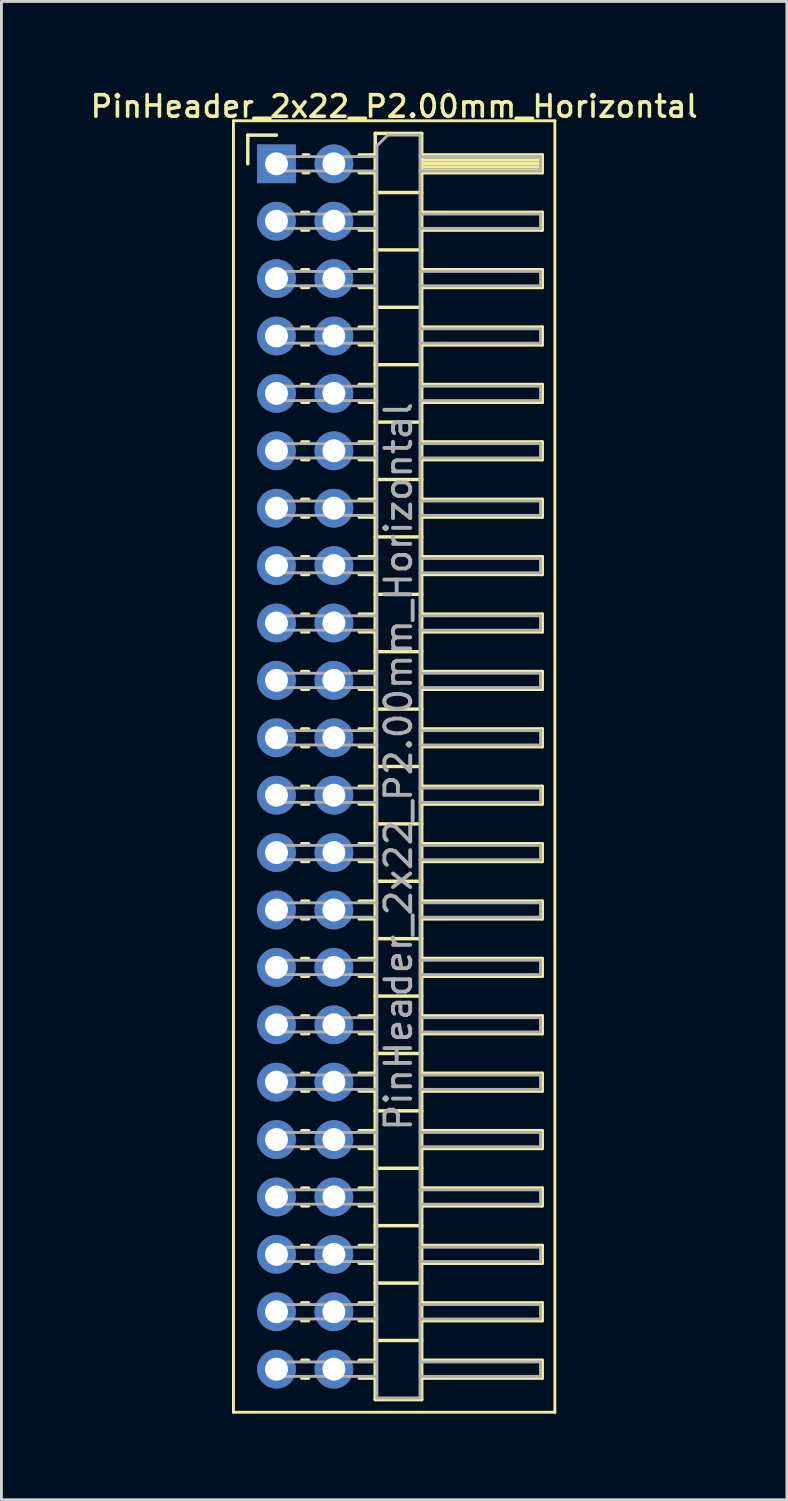
<source format=kicad_pcb>
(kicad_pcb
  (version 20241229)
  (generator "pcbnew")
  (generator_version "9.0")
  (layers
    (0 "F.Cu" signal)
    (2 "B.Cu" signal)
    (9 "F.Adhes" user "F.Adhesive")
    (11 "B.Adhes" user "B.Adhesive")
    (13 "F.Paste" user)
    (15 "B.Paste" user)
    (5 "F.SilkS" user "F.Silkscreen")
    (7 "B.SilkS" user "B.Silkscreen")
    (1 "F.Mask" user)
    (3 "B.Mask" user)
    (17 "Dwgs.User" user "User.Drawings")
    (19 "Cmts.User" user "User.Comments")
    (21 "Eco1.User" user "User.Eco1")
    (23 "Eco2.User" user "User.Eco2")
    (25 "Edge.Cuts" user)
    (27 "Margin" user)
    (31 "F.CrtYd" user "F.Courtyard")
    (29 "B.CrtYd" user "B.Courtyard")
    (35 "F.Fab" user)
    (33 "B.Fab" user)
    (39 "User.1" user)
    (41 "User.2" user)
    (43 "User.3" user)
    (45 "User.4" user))
  (footprint "PinHeader_2x22_P2.00mm_Horizontal"
    (layer "F.Cu")
    (at 6.584 2.658)
    (property "Reference" "PinHeader_2x22_P2.00mm_Horizontal" (at 4.1 -2 0) (layer "F.SilkS") (effects (font (size 0.75 0.75) (thickness 0.125))))
    (attr through_hole)
    (fp_line (start -1.5 -1.5) (end -1.5 43.5) (stroke (width 0.1) (type solid)) (layer "F.SilkS"))
    (fp_line (start -1.5 43.5) (end 9.7 43.5) (stroke (width 0.1) (type solid)) (layer "F.SilkS"))
    (fp_line (start -1 -1) (end 0 -1) (stroke (width 0.12) (type solid)) (layer "F.SilkS"))
    (fp_line (start -1 0) (end -1 -1) (stroke (width 0.12) (type solid)) (layer "F.SilkS"))
    (fp_line (start 0.882 1.69) (end 1.118 1.69) (stroke (width 0.12) (type solid)) (layer "F.SilkS"))
    (fp_line (start 0.882 2.31) (end 1.118 2.31) (stroke (width 0.12) (type solid)) (layer "F.SilkS"))
    (fp_line (start 0.882 3.69) (end 1.118 3.69) (stroke (width 0.12) (type solid)) (layer "F.SilkS"))
    (fp_line (start 0.882 4.31) (end 1.118 4.31) (stroke (width 0.12) (type solid)) (layer "F.SilkS"))
    (fp_line (start 0.882 5.69) (end 1.118 5.69) (stroke (width 0.12) (type solid)) (layer "F.SilkS"))
    (fp_line (start 0.882 6.31) (end 1.118 6.31) (stroke (width 0.12) (type solid)) (layer "F.SilkS"))
    (fp_line (start 0.882 7.69) (end 1.118 7.69) (stroke (width 0.12) (type solid)) (layer "F.SilkS"))
    (fp_line (start 0.882 8.31) (end 1.118 8.31) (stroke (width 0.12) (type solid)) (layer "F.SilkS"))
    (fp_line (start 0.882 9.69) (end 1.118 9.69) (stroke (width 0.12) (type solid)) (layer "F.SilkS"))
    (fp_line (start 0.882 10.31) (end 1.118 10.31) (stroke (width 0.12) (type solid)) (layer "F.SilkS"))
    (fp_line (start 0.882 11.69) (end 1.118 11.69) (stroke (width 0.12) (type solid)) (layer "F.SilkS"))
    (fp_line (start 0.882 12.31) (end 1.118 12.31) (stroke (width 0.12) (type solid)) (layer "F.SilkS"))
    (fp_line (start 0.882 13.69) (end 1.118 13.69) (stroke (width 0.12) (type solid)) (layer "F.SilkS"))
    (fp_line (start 0.882 14.31) (end 1.118 14.31) (stroke (width 0.12) (type solid)) (layer "F.SilkS"))
    (fp_line (start 0.882 15.69) (end 1.118 15.69) (stroke (width 0.12) (type solid)) (layer "F.SilkS"))
    (fp_line (start 0.882 16.31) (end 1.118 16.31) (stroke (width 0.12) (type solid)) (layer "F.SilkS"))
    (fp_line (start 0.882 17.69) (end 1.118 17.69) (stroke (width 0.12) (type solid)) (layer "F.SilkS"))
    (fp_line (start 0.882 18.31) (end 1.118 18.31) (stroke (width 0.12) (type solid)) (layer "F.SilkS"))
    (fp_line (start 0.882 19.69) (end 1.118 19.69) (stroke (width 0.12) (type solid)) (layer "F.SilkS"))
    (fp_line (start 0.882 20.31) (end 1.118 20.31) (stroke (width 0.12) (type solid)) (layer "F.SilkS"))
    (fp_line (start 0.882 21.69) (end 1.118 21.69) (stroke (width 0.12) (type solid)) (layer "F.SilkS"))
    (fp_line (start 0.882 22.31) (end 1.118 22.31) (stroke (width 0.12) (type solid)) (layer "F.SilkS"))
    (fp_line (start 0.882 23.69) (end 1.118 23.69) (stroke (width 0.12) (type solid)) (layer "F.SilkS"))
    (fp_line (start 0.882 24.31) (end 1.118 24.31) (stroke (width 0.12) (type solid)) (layer "F.SilkS"))
    (fp_line (start 0.882 25.69) (end 1.118 25.69) (stroke (width 0.12) (type solid)) (layer "F.SilkS"))
    (fp_line (start 0.882 26.31) (end 1.118 26.31) (stroke (width 0.12) (type solid)) (layer "F.SilkS"))
    (fp_line (start 0.882 27.69) (end 1.118 27.69) (stroke (width 0.12) (type solid)) (layer "F.SilkS"))
    (fp_line (start 0.882 28.31) (end 1.118 28.31) (stroke (width 0.12) (type solid)) (layer "F.SilkS"))
    (fp_line (start 0.882 29.69) (end 1.118 29.69) (stroke (width 0.12) (type solid)) (layer "F.SilkS"))
    (fp_line (start 0.882 30.31) (end 1.118 30.31) (stroke (width 0.12) (type solid)) (layer "F.SilkS"))
    (fp_line (start 0.882 31.69) (end 1.118 31.69) (stroke (width 0.12) (type solid)) (layer "F.SilkS"))
    (fp_line (start 0.882 32.31) (end 1.118 32.31) (stroke (width 0.12) (type solid)) (layer "F.SilkS"))
    (fp_line (start 0.882 33.69) (end 1.118 33.69) (stroke (width 0.12) (type solid)) (layer "F.SilkS"))
    (fp_line (start 0.882 34.31) (end 1.118 34.31) (stroke (width 0.12) (type solid)) (layer "F.SilkS"))
    (fp_line (start 0.882 35.69) (end 1.118 35.69) (stroke (width 0.12) (type solid)) (layer "F.SilkS"))
    (fp_line (start 0.882 36.31) (end 1.118 36.31) (stroke (width 0.12) (type solid)) (layer "F.SilkS"))
    (fp_line (start 0.882 37.69) (end 1.118 37.69) (stroke (width 0.12) (type solid)) (layer "F.SilkS"))
    (fp_line (start 0.882 38.31) (end 1.118 38.31) (stroke (width 0.12) (type solid)) (layer "F.SilkS"))
    (fp_line (start 0.882 39.69) (end 1.118 39.69) (stroke (width 0.12) (type solid)) (layer "F.SilkS"))
    (fp_line (start 0.882 40.31) (end 1.118 40.31) (stroke (width 0.12) (type solid)) (layer "F.SilkS"))
    (fp_line (start 0.882 41.69) (end 1.118 41.69) (stroke (width 0.12) (type solid)) (layer "F.SilkS"))
    (fp_line (start 0.882 42.31) (end 1.118 42.31) (stroke (width 0.12) (type solid)) (layer "F.SilkS"))
    (fp_line (start 0.935 -0.31) (end 1.118 -0.31) (stroke (width 0.12) (type solid)) (layer "F.SilkS"))
    (fp_line (start 0.935 0.31) (end 1.118 0.31) (stroke (width 0.12) (type solid)) (layer "F.SilkS"))
    (fp_line (start 2.882 -0.31) (end 3.44 -0.31) (stroke (width 0.12) (type solid)) (layer "F.SilkS"))
    (fp_line (start 2.882 0.31) (end 3.44 0.31) (stroke (width 0.12) (type solid)) (layer "F.SilkS"))
    (fp_line (start 2.882 1.69) (end 3.44 1.69) (stroke (width 0.12) (type solid)) (layer "F.SilkS"))
    (fp_line (start 2.882 2.31) (end 3.44 2.31) (stroke (width 0.12) (type solid)) (layer "F.SilkS"))
    (fp_line (start 2.882 3.69) (end 3.44 3.69) (stroke (width 0.12) (type solid)) (layer "F.SilkS"))
    (fp_line (start 2.882 4.31) (end 3.44 4.31) (stroke (width 0.12) (type solid)) (layer "F.SilkS"))
    (fp_line (start 2.882 5.69) (end 3.44 5.69) (stroke (width 0.12) (type solid)) (layer "F.SilkS"))
    (fp_line (start 2.882 6.31) (end 3.44 6.31) (stroke (width 0.12) (type solid)) (layer "F.SilkS"))
    (fp_line (start 2.882 7.69) (end 3.44 7.69) (stroke (width 0.12) (type solid)) (layer "F.SilkS"))
    (fp_line (start 2.882 8.31) (end 3.44 8.31) (stroke (width 0.12) (type solid)) (layer "F.SilkS"))
    (fp_line (start 2.882 9.69) (end 3.44 9.69) (stroke (width 0.12) (type solid)) (layer "F.SilkS"))
    (fp_line (start 2.882 10.31) (end 3.44 10.31) (stroke (width 0.12) (type solid)) (layer "F.SilkS"))
    (fp_line (start 2.882 11.69) (end 3.44 11.69) (stroke (width 0.12) (type solid)) (layer "F.SilkS"))
    (fp_line (start 2.882 12.31) (end 3.44 12.31) (stroke (width 0.12) (type solid)) (layer "F.SilkS"))
    (fp_line (start 2.882 13.69) (end 3.44 13.69) (stroke (width 0.12) (type solid)) (layer "F.SilkS"))
    (fp_line (start 2.882 14.31) (end 3.44 14.31) (stroke (width 0.12) (type solid)) (layer "F.SilkS"))
    (fp_line (start 2.882 15.69) (end 3.44 15.69) (stroke (width 0.12) (type solid)) (layer "F.SilkS"))
    (fp_line (start 2.882 16.31) (end 3.44 16.31) (stroke (width 0.12) (type solid)) (layer "F.SilkS"))
    (fp_line (start 2.882 17.69) (end 3.44 17.69) (stroke (width 0.12) (type solid)) (layer "F.SilkS"))
    (fp_line (start 2.882 18.31) (end 3.44 18.31) (stroke (width 0.12) (type solid)) (layer "F.SilkS"))
    (fp_line (start 2.882 19.69) (end 3.44 19.69) (stroke (width 0.12) (type solid)) (layer "F.SilkS"))
    (fp_line (start 2.882 20.31) (end 3.44 20.31) (stroke (width 0.12) (type solid)) (layer "F.SilkS"))
    (fp_line (start 2.882 21.69) (end 3.44 21.69) (stroke (width 0.12) (type solid)) (layer "F.SilkS"))
    (fp_line (start 2.882 22.31) (end 3.44 22.31) (stroke (width 0.12) (type solid)) (layer "F.SilkS"))
    (fp_line (start 2.882 23.69) (end 3.44 23.69) (stroke (width 0.12) (type solid)) (layer "F.SilkS"))
    (fp_line (start 2.882 24.31) (end 3.44 24.31) (stroke (width 0.12) (type solid)) (layer "F.SilkS"))
    (fp_line (start 2.882 25.69) (end 3.44 25.69) (stroke (width 0.12) (type solid)) (layer "F.SilkS"))
    (fp_line (start 2.882 26.31) (end 3.44 26.31) (stroke (width 0.12) (type solid)) (layer "F.SilkS"))
    (fp_line (start 2.882 27.69) (end 3.44 27.69) (stroke (width 0.12) (type solid)) (layer "F.SilkS"))
    (fp_line (start 2.882 28.31) (end 3.44 28.31) (stroke (width 0.12) (type solid)) (layer "F.SilkS"))
    (fp_line (start 2.882 29.69) (end 3.44 29.69) (stroke (width 0.12) (type solid)) (layer "F.SilkS"))
    (fp_line (start 2.882 30.31) (end 3.44 30.31) (stroke (width 0.12) (type solid)) (layer "F.SilkS"))
    (fp_line (start 2.882 31.69) (end 3.44 31.69) (stroke (width 0.12) (type solid)) (layer "F.SilkS"))
    (fp_line (start 2.882 32.31) (end 3.44 32.31) (stroke (width 0.12) (type solid)) (layer "F.SilkS"))
    (fp_line (start 2.882 33.69) (end 3.44 33.69) (stroke (width 0.12) (type solid)) (layer "F.SilkS"))
    (fp_line (start 2.882 34.31) (end 3.44 34.31) (stroke (width 0.12) (type solid)) (layer "F.SilkS"))
    (fp_line (start 2.882 35.69) (end 3.44 35.69) (stroke (width 0.12) (type solid)) (layer "F.SilkS"))
    (fp_line (start 2.882 36.31) (end 3.44 36.31) (stroke (width 0.12) (type solid)) (layer "F.SilkS"))
    (fp_line (start 2.882 37.69) (end 3.44 37.69) (stroke (width 0.12) (type solid)) (layer "F.SilkS"))
    (fp_line (start 2.882 38.31) (end 3.44 38.31) (stroke (width 0.12) (type solid)) (layer "F.SilkS"))
    (fp_line (start 2.882 39.69) (end 3.44 39.69) (stroke (width 0.12) (type solid)) (layer "F.SilkS"))
    (fp_line (start 2.882 40.31) (end 3.44 40.31) (stroke (width 0.12) (type solid)) (layer "F.SilkS"))
    (fp_line (start 2.882 41.69) (end 3.44 41.69) (stroke (width 0.12) (type solid)) (layer "F.SilkS"))
    (fp_line (start 2.882 42.31) (end 3.44 42.31) (stroke (width 0.12) (type solid)) (layer "F.SilkS"))
    (fp_line (start 3.44 -1.06) (end 3.44 43.06) (stroke (width 0.12) (type solid)) (layer "F.SilkS"))
    (fp_line (start 3.44 1) (end 5.06 1) (stroke (width 0.12) (type solid)) (layer "F.SilkS"))
    (fp_line (start 3.44 3) (end 5.06 3) (stroke (width 0.12) (type solid)) (layer "F.SilkS"))
    (fp_line (start 3.44 5) (end 5.06 5) (stroke (width 0.12) (type solid)) (layer "F.SilkS"))
    (fp_line (start 3.44 7) (end 5.06 7) (stroke (width 0.12) (type solid)) (layer "F.SilkS"))
    (fp_line (start 3.44 9) (end 5.06 9) (stroke (width 0.12) (type solid)) (layer "F.SilkS"))
    (fp_line (start 3.44 11) (end 5.06 11) (stroke (width 0.12) (type solid)) (layer "F.SilkS"))
    (fp_line (start 3.44 13) (end 5.06 13) (stroke (width 0.12) (type solid)) (layer "F.SilkS"))
    (fp_line (start 3.44 15) (end 5.06 15) (stroke (width 0.12) (type solid)) (layer "F.SilkS"))
    (fp_line (start 3.44 17) (end 5.06 17) (stroke (width 0.12) (type solid)) (layer "F.SilkS"))
    (fp_line (start 3.44 19) (end 5.06 19) (stroke (width 0.12) (type solid)) (layer "F.SilkS"))
    (fp_line (start 3.44 21) (end 5.06 21) (stroke (width 0.12) (type solid)) (layer "F.SilkS"))
    (fp_line (start 3.44 23) (end 5.06 23) (stroke (width 0.12) (type solid)) (layer "F.SilkS"))
    (fp_line (start 3.44 25) (end 5.06 25) (stroke (width 0.12) (type solid)) (layer "F.SilkS"))
    (fp_line (start 3.44 27) (end 5.06 27) (stroke (width 0.12) (type solid)) (layer "F.SilkS"))
    (fp_line (start 3.44 29) (end 5.06 29) (stroke (width 0.12) (type solid)) (layer "F.SilkS"))
    (fp_line (start 3.44 31) (end 5.06 31) (stroke (width 0.12) (type solid)) (layer "F.SilkS"))
    (fp_line (start 3.44 33) (end 5.06 33) (stroke (width 0.12) (type solid)) (layer "F.SilkS"))
    (fp_line (start 3.44 35) (end 5.06 35) (stroke (width 0.12) (type solid)) (layer "F.SilkS"))
    (fp_line (start 3.44 37) (end 5.06 37) (stroke (width 0.12) (type solid)) (layer "F.SilkS"))
    (fp_line (start 3.44 39) (end 5.06 39) (stroke (width 0.12) (type solid)) (layer "F.SilkS"))
    (fp_line (start 3.44 41) (end 5.06 41) (stroke (width 0.12) (type solid)) (layer "F.SilkS"))
    (fp_line (start 3.44 43.06) (end 5.06 43.06) (stroke (width 0.12) (type solid)) (layer "F.SilkS"))
    (fp_line (start 5.06 -1.06) (end 3.44 -1.06) (stroke (width 0.12) (type solid)) (layer "F.SilkS"))
    (fp_line (start 5.06 -0.31) (end 9.26 -0.31) (stroke (width 0.12) (type solid)) (layer "F.SilkS"))
    (fp_line (start 5.06 -0.25) (end 9.26 -0.25) (stroke (width 0.12) (type solid)) (layer "F.SilkS"))
    (fp_line (start 5.06 -0.13) (end 9.26 -0.13) (stroke (width 0.12) (type solid)) (layer "F.SilkS"))
    (fp_line (start 5.06 -0.01) (end 9.26 -0.01) (stroke (width 0.12) (type solid)) (layer "F.SilkS"))
    (fp_line (start 5.06 0.11) (end 9.26 0.11) (stroke (width 0.12) (type solid)) (layer "F.SilkS"))
    (fp_line (start 5.06 0.23) (end 9.26 0.23) (stroke (width 0.12) (type solid)) (layer "F.SilkS"))
    (fp_line (start 5.06 1.69) (end 9.26 1.69) (stroke (width 0.12) (type solid)) (layer "F.SilkS"))
    (fp_line (start 5.06 3.69) (end 9.26 3.69) (stroke (width 0.12) (type solid)) (layer "F.SilkS"))
    (fp_line (start 5.06 5.69) (end 9.26 5.69) (stroke (width 0.12) (type solid)) (layer "F.SilkS"))
    (fp_line (start 5.06 7.69) (end 9.26 7.69) (stroke (width 0.12) (type solid)) (layer "F.SilkS"))
    (fp_line (start 5.06 9.69) (end 9.26 9.69) (stroke (width 0.12) (type solid)) (layer "F.SilkS"))
    (fp_line (start 5.06 11.69) (end 9.26 11.69) (stroke (width 0.12) (type solid)) (layer "F.SilkS"))
    (fp_line (start 5.06 13.69) (end 9.26 13.69) (stroke (width 0.12) (type solid)) (layer "F.SilkS"))
    (fp_line (start 5.06 15.69) (end 9.26 15.69) (stroke (width 0.12) (type solid)) (layer "F.SilkS"))
    (fp_line (start 5.06 17.69) (end 9.26 17.69) (stroke (width 0.12) (type solid)) (layer "F.SilkS"))
    (fp_line (start 5.06 19.69) (end 9.26 19.69) (stroke (width 0.12) (type solid)) (layer "F.SilkS"))
    (fp_line (start 5.06 21.69) (end 9.26 21.69) (stroke (width 0.12) (type solid)) (layer "F.SilkS"))
    (fp_line (start 5.06 23.69) (end 9.26 23.69) (stroke (width 0.12) (type solid)) (layer "F.SilkS"))
    (fp_line (start 5.06 25.69) (end 9.26 25.69) (stroke (width 0.12) (type solid)) (layer "F.SilkS"))
    (fp_line (start 5.06 27.69) (end 9.26 27.69) (stroke (width 0.12) (type solid)) (layer "F.SilkS"))
    (fp_line (start 5.06 29.69) (end 9.26 29.69) (stroke (width 0.12) (type solid)) (layer "F.SilkS"))
    (fp_line (start 5.06 31.69) (end 9.26 31.69) (stroke (width 0.12) (type solid)) (layer "F.SilkS"))
    (fp_line (start 5.06 33.69) (end 9.26 33.69) (stroke (width 0.12) (type solid)) (layer "F.SilkS"))
    (fp_line (start 5.06 35.69) (end 9.26 35.69) (stroke (width 0.12) (type solid)) (layer "F.SilkS"))
    (fp_line (start 5.06 37.69) (end 9.26 37.69) (stroke (width 0.12) (type solid)) (layer "F.SilkS"))
    (fp_line (start 5.06 39.69) (end 9.26 39.69) (stroke (width 0.12) (type solid)) (layer "F.SilkS"))
    (fp_line (start 5.06 41.69) (end 9.26 41.69) (stroke (width 0.12) (type solid)) (layer "F.SilkS"))
    (fp_line (start 5.06 43.06) (end 5.06 -1.06) (stroke (width 0.12) (type solid)) (layer "F.SilkS"))
    (fp_line (start 9.26 -0.31) (end 9.26 0.31) (stroke (width 0.12) (type solid)) (layer "F.SilkS"))
    (fp_line (start 9.26 0.31) (end 5.06 0.31) (stroke (width 0.12) (type solid)) (layer "F.SilkS"))
    (fp_line (start 9.26 1.69) (end 9.26 2.31) (stroke (width 0.12) (type solid)) (layer "F.SilkS"))
    (fp_line (start 9.26 2.31) (end 5.06 2.31) (stroke (width 0.12) (type solid)) (layer "F.SilkS"))
    (fp_line (start 9.26 3.69) (end 9.26 4.31) (stroke (width 0.12) (type solid)) (layer "F.SilkS"))
    (fp_line (start 9.26 4.31) (end 5.06 4.31) (stroke (width 0.12) (type solid)) (layer "F.SilkS"))
    (fp_line (start 9.26 5.69) (end 9.26 6.31) (stroke (width 0.12) (type solid)) (layer "F.SilkS"))
    (fp_line (start 9.26 6.31) (end 5.06 6.31) (stroke (width 0.12) (type solid)) (layer "F.SilkS"))
    (fp_line (start 9.26 7.69) (end 9.26 8.31) (stroke (width 0.12) (type solid)) (layer "F.SilkS"))
    (fp_line (start 9.26 8.31) (end 5.06 8.31) (stroke (width 0.12) (type solid)) (layer "F.SilkS"))
    (fp_line (start 9.26 9.69) (end 9.26 10.31) (stroke (width 0.12) (type solid)) (layer "F.SilkS"))
    (fp_line (start 9.26 10.31) (end 5.06 10.31) (stroke (width 0.12) (type solid)) (layer "F.SilkS"))
    (fp_line (start 9.26 11.69) (end 9.26 12.31) (stroke (width 0.12) (type solid)) (layer "F.SilkS"))
    (fp_line (start 9.26 12.31) (end 5.06 12.31) (stroke (width 0.12) (type solid)) (layer "F.SilkS"))
    (fp_line (start 9.26 13.69) (end 9.26 14.31) (stroke (width 0.12) (type solid)) (layer "F.SilkS"))
    (fp_line (start 9.26 14.31) (end 5.06 14.31) (stroke (width 0.12) (type solid)) (layer "F.SilkS"))
    (fp_line (start 9.26 15.69) (end 9.26 16.31) (stroke (width 0.12) (type solid)) (layer "F.SilkS"))
    (fp_line (start 9.26 16.31) (end 5.06 16.31) (stroke (width 0.12) (type solid)) (layer "F.SilkS"))
    (fp_line (start 9.26 17.69) (end 9.26 18.31) (stroke (width 0.12) (type solid)) (layer "F.SilkS"))
    (fp_line (start 9.26 18.31) (end 5.06 18.31) (stroke (width 0.12) (type solid)) (layer "F.SilkS"))
    (fp_line (start 9.26 19.69) (end 9.26 20.31) (stroke (width 0.12) (type solid)) (layer "F.SilkS"))
    (fp_line (start 9.26 20.31) (end 5.06 20.31) (stroke (width 0.12) (type solid)) (layer "F.SilkS"))
    (fp_line (start 9.26 21.69) (end 9.26 22.31) (stroke (width 0.12) (type solid)) (layer "F.SilkS"))
    (fp_line (start 9.26 22.31) (end 5.06 22.31) (stroke (width 0.12) (type solid)) (layer "F.SilkS"))
    (fp_line (start 9.26 23.69) (end 9.26 24.31) (stroke (width 0.12) (type solid)) (layer "F.SilkS"))
    (fp_line (start 9.26 24.31) (end 5.06 24.31) (stroke (width 0.12) (type solid)) (layer "F.SilkS"))
    (fp_line (start 9.26 25.69) (end 9.26 26.31) (stroke (width 0.12) (type solid)) (layer "F.SilkS"))
    (fp_line (start 9.26 26.31) (end 5.06 26.31) (stroke (width 0.12) (type solid)) (layer "F.SilkS"))
    (fp_line (start 9.26 27.69) (end 9.26 28.31) (stroke (width 0.12) (type solid)) (layer "F.SilkS"))
    (fp_line (start 9.26 28.31) (end 5.06 28.31) (stroke (width 0.12) (type solid)) (layer "F.SilkS"))
    (fp_line (start 9.26 29.69) (end 9.26 30.31) (stroke (width 0.12) (type solid)) (layer "F.SilkS"))
    (fp_line (start 9.26 30.31) (end 5.06 30.31) (stroke (width 0.12) (type solid)) (layer "F.SilkS"))
    (fp_line (start 9.26 31.69) (end 9.26 32.31) (stroke (width 0.12) (type solid)) (layer "F.SilkS"))
    (fp_line (start 9.26 32.31) (end 5.06 32.31) (stroke (width 0.12) (type solid)) (layer "F.SilkS"))
    (fp_line (start 9.26 33.69) (end 9.26 34.31) (stroke (width 0.12) (type solid)) (layer "F.SilkS"))
    (fp_line (start 9.26 34.31) (end 5.06 34.31) (stroke (width 0.12) (type solid)) (layer "F.SilkS"))
    (fp_line (start 9.26 35.69) (end 9.26 36.31) (stroke (width 0.12) (type solid)) (layer "F.SilkS"))
    (fp_line (start 9.26 36.31) (end 5.06 36.31) (stroke (width 0.12) (type solid)) (layer "F.SilkS"))
    (fp_line (start 9.26 37.69) (end 9.26 38.31) (stroke (width 0.12) (type solid)) (layer "F.SilkS"))
    (fp_line (start 9.26 38.31) (end 5.06 38.31) (stroke (width 0.12) (type solid)) (layer "F.SilkS"))
    (fp_line (start 9.26 39.69) (end 9.26 40.31) (stroke (width 0.12) (type solid)) (layer "F.SilkS"))
    (fp_line (start 9.26 40.31) (end 5.06 40.31) (stroke (width 0.12) (type solid)) (layer "F.SilkS"))
    (fp_line (start 9.26 41.69) (end 9.26 42.31) (stroke (width 0.12) (type solid)) (layer "F.SilkS"))
    (fp_line (start 9.26 42.31) (end 5.06 42.31) (stroke (width 0.12) (type solid)) (layer "F.SilkS"))
    (fp_line (start 9.7 -1.5) (end -1.5 -1.5) (stroke (width 0.1) (type solid)) (layer "F.SilkS"))
    (fp_line (start 9.7 43.5) (end 9.7 -1.5) (stroke (width 0.1) (type solid)) (layer "F.SilkS"))
    (fp_line (start -0.25 -0.25) (end -0.25 0.25) (stroke (width 0.1) (type solid)) (layer "F.Fab"))
    (fp_line (start -0.25 -0.25) (end 3.5 -0.25) (stroke (width 0.1) (type solid)) (layer "F.Fab"))
    (fp_line (start -0.25 0.25) (end 3.5 0.25) (stroke (width 0.1) (type solid)) (layer "F.Fab"))
    (fp_line (start -0.25 1.75) (end -0.25 2.25) (stroke (width 0.1) (type solid)) (layer "F.Fab"))
    (fp_line (start -0.25 1.75) (end 3.5 1.75) (stroke (width 0.1) (type solid)) (layer "F.Fab"))
    (fp_line (start -0.25 2.25) (end 3.5 2.25) (stroke (width 0.1) (type solid)) (layer "F.Fab"))
    (fp_line (start -0.25 3.75) (end -0.25 4.25) (stroke (width 0.1) (type solid)) (layer "F.Fab"))
    (fp_line (start -0.25 3.75) (end 3.5 3.75) (stroke (width 0.1) (type solid)) (layer "F.Fab"))
    (fp_line (start -0.25 4.25) (end 3.5 4.25) (stroke (width 0.1) (type solid)) (layer "F.Fab"))
    (fp_line (start -0.25 5.75) (end -0.25 6.25) (stroke (width 0.1) (type solid)) (layer "F.Fab"))
    (fp_line (start -0.25 5.75) (end 3.5 5.75) (stroke (width 0.1) (type solid)) (layer "F.Fab"))
    (fp_line (start -0.25 6.25) (end 3.5 6.25) (stroke (width 0.1) (type solid)) (layer "F.Fab"))
    (fp_line (start -0.25 7.75) (end -0.25 8.25) (stroke (width 0.1) (type solid)) (layer "F.Fab"))
    (fp_line (start -0.25 7.75) (end 3.5 7.75) (stroke (width 0.1) (type solid)) (layer "F.Fab"))
    (fp_line (start -0.25 8.25) (end 3.5 8.25) (stroke (width 0.1) (type solid)) (layer "F.Fab"))
    (fp_line (start -0.25 9.75) (end -0.25 10.25) (stroke (width 0.1) (type solid)) (layer "F.Fab"))
    (fp_line (start -0.25 9.75) (end 3.5 9.75) (stroke (width 0.1) (type solid)) (layer "F.Fab"))
    (fp_line (start -0.25 10.25) (end 3.5 10.25) (stroke (width 0.1) (type solid)) (layer "F.Fab"))
    (fp_line (start -0.25 11.75) (end -0.25 12.25) (stroke (width 0.1) (type solid)) (layer "F.Fab"))
    (fp_line (start -0.25 11.75) (end 3.5 11.75) (stroke (width 0.1) (type solid)) (layer "F.Fab"))
    (fp_line (start -0.25 12.25) (end 3.5 12.25) (stroke (width 0.1) (type solid)) (layer "F.Fab"))
    (fp_line (start -0.25 13.75) (end -0.25 14.25) (stroke (width 0.1) (type solid)) (layer "F.Fab"))
    (fp_line (start -0.25 13.75) (end 3.5 13.75) (stroke (width 0.1) (type solid)) (layer "F.Fab"))
    (fp_line (start -0.25 14.25) (end 3.5 14.25) (stroke (width 0.1) (type solid)) (layer "F.Fab"))
    (fp_line (start -0.25 15.75) (end -0.25 16.25) (stroke (width 0.1) (type solid)) (layer "F.Fab"))
    (fp_line (start -0.25 15.75) (end 3.5 15.75) (stroke (width 0.1) (type solid)) (layer "F.Fab"))
    (fp_line (start -0.25 16.25) (end 3.5 16.25) (stroke (width 0.1) (type solid)) (layer "F.Fab"))
    (fp_line (start -0.25 17.75) (end -0.25 18.25) (stroke (width 0.1) (type solid)) (layer "F.Fab"))
    (fp_line (start -0.25 17.75) (end 3.5 17.75) (stroke (width 0.1) (type solid)) (layer "F.Fab"))
    (fp_line (start -0.25 18.25) (end 3.5 18.25) (stroke (width 0.1) (type solid)) (layer "F.Fab"))
    (fp_line (start -0.25 19.75) (end -0.25 20.25) (stroke (width 0.1) (type solid)) (layer "F.Fab"))
    (fp_line (start -0.25 19.75) (end 3.5 19.75) (stroke (width 0.1) (type solid)) (layer "F.Fab"))
    (fp_line (start -0.25 20.25) (end 3.5 20.25) (stroke (width 0.1) (type solid)) (layer "F.Fab"))
    (fp_line (start -0.25 21.75) (end -0.25 22.25) (stroke (width 0.1) (type solid)) (layer "F.Fab"))
    (fp_line (start -0.25 21.75) (end 3.5 21.75) (stroke (width 0.1) (type solid)) (layer "F.Fab"))
    (fp_line (start -0.25 22.25) (end 3.5 22.25) (stroke (width 0.1) (type solid)) (layer "F.Fab"))
    (fp_line (start -0.25 23.75) (end -0.25 24.25) (stroke (width 0.1) (type solid)) (layer "F.Fab"))
    (fp_line (start -0.25 23.75) (end 3.5 23.75) (stroke (width 0.1) (type solid)) (layer "F.Fab"))
    (fp_line (start -0.25 24.25) (end 3.5 24.25) (stroke (width 0.1) (type solid)) (layer "F.Fab"))
    (fp_line (start -0.25 25.75) (end -0.25 26.25) (stroke (width 0.1) (type solid)) (layer "F.Fab"))
    (fp_line (start -0.25 25.75) (end 3.5 25.75) (stroke (width 0.1) (type solid)) (layer "F.Fab"))
    (fp_line (start -0.25 26.25) (end 3.5 26.25) (stroke (width 0.1) (type solid)) (layer "F.Fab"))
    (fp_line (start -0.25 27.75) (end -0.25 28.25) (stroke (width 0.1) (type solid)) (layer "F.Fab"))
    (fp_line (start -0.25 27.75) (end 3.5 27.75) (stroke (width 0.1) (type solid)) (layer "F.Fab"))
    (fp_line (start -0.25 28.25) (end 3.5 28.25) (stroke (width 0.1) (type solid)) (layer "F.Fab"))
    (fp_line (start -0.25 29.75) (end -0.25 30.25) (stroke (width 0.1) (type solid)) (layer "F.Fab"))
    (fp_line (start -0.25 29.75) (end 3.5 29.75) (stroke (width 0.1) (type solid)) (layer "F.Fab"))
    (fp_line (start -0.25 30.25) (end 3.5 30.25) (stroke (width 0.1) (type solid)) (layer "F.Fab"))
    (fp_line (start -0.25 31.75) (end -0.25 32.25) (stroke (width 0.1) (type solid)) (layer "F.Fab"))
    (fp_line (start -0.25 31.75) (end 3.5 31.75) (stroke (width 0.1) (type solid)) (layer "F.Fab"))
    (fp_line (start -0.25 32.25) (end 3.5 32.25) (stroke (width 0.1) (type solid)) (layer "F.Fab"))
    (fp_line (start -0.25 33.75) (end -0.25 34.25) (stroke (width 0.1) (type solid)) (layer "F.Fab"))
    (fp_line (start -0.25 33.75) (end 3.5 33.75) (stroke (width 0.1) (type solid)) (layer "F.Fab"))
    (fp_line (start -0.25 34.25) (end 3.5 34.25) (stroke (width 0.1) (type solid)) (layer "F.Fab"))
    (fp_line (start -0.25 35.75) (end -0.25 36.25) (stroke (width 0.1) (type solid)) (layer "F.Fab"))
    (fp_line (start -0.25 35.75) (end 3.5 35.75) (stroke (width 0.1) (type solid)) (layer "F.Fab"))
    (fp_line (start -0.25 36.25) (end 3.5 36.25) (stroke (width 0.1) (type solid)) (layer "F.Fab"))
    (fp_line (start -0.25 37.75) (end -0.25 38.25) (stroke (width 0.1) (type solid)) (layer "F.Fab"))
    (fp_line (start -0.25 37.75) (end 3.5 37.75) (stroke (width 0.1) (type solid)) (layer "F.Fab"))
    (fp_line (start -0.25 38.25) (end 3.5 38.25) (stroke (width 0.1) (type solid)) (layer "F.Fab"))
    (fp_line (start -0.25 39.75) (end -0.25 40.25) (stroke (width 0.1) (type solid)) (layer "F.Fab"))
    (fp_line (start -0.25 39.75) (end 3.5 39.75) (stroke (width 0.1) (type solid)) (layer "F.Fab"))
    (fp_line (start -0.25 40.25) (end 3.5 40.25) (stroke (width 0.1) (type solid)) (layer "F.Fab"))
    (fp_line (start -0.25 41.75) (end -0.25 42.25) (stroke (width 0.1) (type solid)) (layer "F.Fab"))
    (fp_line (start -0.25 41.75) (end 3.5 41.75) (stroke (width 0.1) (type solid)) (layer "F.Fab"))
    (fp_line (start -0.25 42.25) (end 3.5 42.25) (stroke (width 0.1) (type solid)) (layer "F.Fab"))
    (fp_line (start 3.5 -0.625) (end 3.875 -1) (stroke (width 0.1) (type solid)) (layer "F.Fab"))
    (fp_line (start 3.5 43) (end 3.5 -0.625) (stroke (width 0.1) (type solid)) (layer "F.Fab"))
    (fp_line (start 3.875 -1) (end 5 -1) (stroke (width 0.1) (type solid)) (layer "F.Fab"))
    (fp_line (start 5 -1) (end 5 43) (stroke (width 0.1) (type solid)) (layer "F.Fab"))
    (fp_line (start 5 -0.25) (end 9.2 -0.25) (stroke (width 0.1) (type solid)) (layer "F.Fab"))
    (fp_line (start 5 0.25) (end 9.2 0.25) (stroke (width 0.1) (type solid)) (layer "F.Fab"))
    (fp_line (start 5 1.75) (end 9.2 1.75) (stroke (width 0.1) (type solid)) (layer "F.Fab"))
    (fp_line (start 5 2.25) (end 9.2 2.25) (stroke (width 0.1) (type solid)) (layer "F.Fab"))
    (fp_line (start 5 3.75) (end 9.2 3.75) (stroke (width 0.1) (type solid)) (layer "F.Fab"))
    (fp_line (start 5 4.25) (end 9.2 4.25) (stroke (width 0.1) (type solid)) (layer "F.Fab"))
    (fp_line (start 5 5.75) (end 9.2 5.75) (stroke (width 0.1) (type solid)) (layer "F.Fab"))
    (fp_line (start 5 6.25) (end 9.2 6.25) (stroke (width 0.1) (type solid)) (layer "F.Fab"))
    (fp_line (start 5 7.75) (end 9.2 7.75) (stroke (width 0.1) (type solid)) (layer "F.Fab"))
    (fp_line (start 5 8.25) (end 9.2 8.25) (stroke (width 0.1) (type solid)) (layer "F.Fab"))
    (fp_line (start 5 9.75) (end 9.2 9.75) (stroke (width 0.1) (type solid)) (layer "F.Fab"))
    (fp_line (start 5 10.25) (end 9.2 10.25) (stroke (width 0.1) (type solid)) (layer "F.Fab"))
    (fp_line (start 5 11.75) (end 9.2 11.75) (stroke (width 0.1) (type solid)) (layer "F.Fab"))
    (fp_line (start 5 12.25) (end 9.2 12.25) (stroke (width 0.1) (type solid)) (layer "F.Fab"))
    (fp_line (start 5 13.75) (end 9.2 13.75) (stroke (width 0.1) (type solid)) (layer "F.Fab"))
    (fp_line (start 5 14.25) (end 9.2 14.25) (stroke (width 0.1) (type solid)) (layer "F.Fab"))
    (fp_line (start 5 15.75) (end 9.2 15.75) (stroke (width 0.1) (type solid)) (layer "F.Fab"))
    (fp_line (start 5 16.25) (end 9.2 16.25) (stroke (width 0.1) (type solid)) (layer "F.Fab"))
    (fp_line (start 5 17.75) (end 9.2 17.75) (stroke (width 0.1) (type solid)) (layer "F.Fab"))
    (fp_line (start 5 18.25) (end 9.2 18.25) (stroke (width 0.1) (type solid)) (layer "F.Fab"))
    (fp_line (start 5 19.75) (end 9.2 19.75) (stroke (width 0.1) (type solid)) (layer "F.Fab"))
    (fp_line (start 5 20.25) (end 9.2 20.25) (stroke (width 0.1) (type solid)) (layer "F.Fab"))
    (fp_line (start 5 21.75) (end 9.2 21.75) (stroke (width 0.1) (type solid)) (layer "F.Fab"))
    (fp_line (start 5 22.25) (end 9.2 22.25) (stroke (width 0.1) (type solid)) (layer "F.Fab"))
    (fp_line (start 5 23.75) (end 9.2 23.75) (stroke (width 0.1) (type solid)) (layer "F.Fab"))
    (fp_line (start 5 24.25) (end 9.2 24.25) (stroke (width 0.1) (type solid)) (layer "F.Fab"))
    (fp_line (start 5 25.75) (end 9.2 25.75) (stroke (width 0.1) (type solid)) (layer "F.Fab"))
    (fp_line (start 5 26.25) (end 9.2 26.25) (stroke (width 0.1) (type solid)) (layer "F.Fab"))
    (fp_line (start 5 27.75) (end 9.2 27.75) (stroke (width 0.1) (type solid)) (layer "F.Fab"))
    (fp_line (start 5 28.25) (end 9.2 28.25) (stroke (width 0.1) (type solid)) (layer "F.Fab"))
    (fp_line (start 5 29.75) (end 9.2 29.75) (stroke (width 0.1) (type solid)) (layer "F.Fab"))
    (fp_line (start 5 30.25) (end 9.2 30.25) (stroke (width 0.1) (type solid)) (layer "F.Fab"))
    (fp_line (start 5 31.75) (end 9.2 31.75) (stroke (width 0.1) (type solid)) (layer "F.Fab"))
    (fp_line (start 5 32.25) (end 9.2 32.25) (stroke (width 0.1) (type solid)) (layer "F.Fab"))
    (fp_line (start 5 33.75) (end 9.2 33.75) (stroke (width 0.1) (type solid)) (layer "F.Fab"))
    (fp_line (start 5 34.25) (end 9.2 34.25) (stroke (width 0.1) (type solid)) (layer "F.Fab"))
    (fp_line (start 5 35.75) (end 9.2 35.75) (stroke (width 0.1) (type solid)) (layer "F.Fab"))
    (fp_line (start 5 36.25) (end 9.2 36.25) (stroke (width 0.1) (type solid)) (layer "F.Fab"))
    (fp_line (start 5 37.75) (end 9.2 37.75) (stroke (width 0.1) (type solid)) (layer "F.Fab"))
    (fp_line (start 5 38.25) (end 9.2 38.25) (stroke (width 0.1) (type solid)) (layer "F.Fab"))
    (fp_line (start 5 39.75) (end 9.2 39.75) (stroke (width 0.1) (type solid)) (layer "F.Fab"))
    (fp_line (start 5 40.25) (end 9.2 40.25) (stroke (width 0.1) (type solid)) (layer "F.Fab"))
    (fp_line (start 5 41.75) (end 9.2 41.75) (stroke (width 0.1) (type solid)) (layer "F.Fab"))
    (fp_line (start 5 42.25) (end 9.2 42.25) (stroke (width 0.1) (type solid)) (layer "F.Fab"))
    (fp_line (start 5 43) (end 3.5 43) (stroke (width 0.1) (type solid)) (layer "F.Fab"))
    (fp_line (start 9.2 -0.25) (end 9.2 0.25) (stroke (width 0.1) (type solid)) (layer "F.Fab"))
    (fp_line (start 9.2 1.75) (end 9.2 2.25) (stroke (width 0.1) (type solid)) (layer "F.Fab"))
    (fp_line (start 9.2 3.75) (end 9.2 4.25) (stroke (width 0.1) (type solid)) (layer "F.Fab"))
    (fp_line (start 9.2 5.75) (end 9.2 6.25) (stroke (width 0.1) (type solid)) (layer "F.Fab"))
    (fp_line (start 9.2 7.75) (end 9.2 8.25) (stroke (width 0.1) (type solid)) (layer "F.Fab"))
    (fp_line (start 9.2 9.75) (end 9.2 10.25) (stroke (width 0.1) (type solid)) (layer "F.Fab"))
    (fp_line (start 9.2 11.75) (end 9.2 12.25) (stroke (width 0.1) (type solid)) (layer "F.Fab"))
    (fp_line (start 9.2 13.75) (end 9.2 14.25) (stroke (width 0.1) (type solid)) (layer "F.Fab"))
    (fp_line (start 9.2 15.75) (end 9.2 16.25) (stroke (width 0.1) (type solid)) (layer "F.Fab"))
    (fp_line (start 9.2 17.75) (end 9.2 18.25) (stroke (width 0.1) (type solid)) (layer "F.Fab"))
    (fp_line (start 9.2 19.75) (end 9.2 20.25) (stroke (width 0.1) (type solid)) (layer "F.Fab"))
    (fp_line (start 9.2 21.75) (end 9.2 22.25) (stroke (width 0.1) (type solid)) (layer "F.Fab"))
    (fp_line (start 9.2 23.75) (end 9.2 24.25) (stroke (width 0.1) (type solid)) (layer "F.Fab"))
    (fp_line (start 9.2 25.75) (end 9.2 26.25) (stroke (width 0.1) (type solid)) (layer "F.Fab"))
    (fp_line (start 9.2 27.75) (end 9.2 28.25) (stroke (width 0.1) (type solid)) (layer "F.Fab"))
    (fp_line (start 9.2 29.75) (end 9.2 30.25) (stroke (width 0.1) (type solid)) (layer "F.Fab"))
    (fp_line (start 9.2 31.75) (end 9.2 32.25) (stroke (width 0.1) (type solid)) (layer "F.Fab"))
    (fp_line (start 9.2 33.75) (end 9.2 34.25) (stroke (width 0.1) (type solid)) (layer "F.Fab"))
    (fp_line (start 9.2 35.75) (end 9.2 36.25) (stroke (width 0.1) (type solid)) (layer "F.Fab"))
    (fp_line (start 9.2 37.75) (end 9.2 38.25) (stroke (width 0.1) (type solid)) (layer "F.Fab"))
    (fp_line (start 9.2 39.75) (end 9.2 40.25) (stroke (width 0.1) (type solid)) (layer "F.Fab"))
    (fp_line (start 9.2 41.75) (end 9.2 42.25) (stroke (width 0.1) (type solid)) (layer "F.Fab"))
    (fp_text user "${REFERENCE}" (at 4.25 21 90) (layer "F.Fab") (effects (font (size 0.9 0.9) (thickness 0.135))))
    (pad "1" thru_hole rect (at 0 0) (size 1.35 1.35) (drill 0.8) (layers "*.Cu" "*.Mask"))
    (pad "2" thru_hole oval (at 2 0) (size 1.35 1.35) (drill 0.8) (layers "*.Cu" "*.Mask"))
    (pad "3" thru_hole oval (at 0 2) (size 1.35 1.35) (drill 0.8) (layers "*.Cu" "*.Mask"))
    (pad "4" thru_hole oval (at 2 2) (size 1.35 1.35) (drill 0.8) (layers "*.Cu" "*.Mask"))
    (pad "5" thru_hole oval (at 0 4) (size 1.35 1.35) (drill 0.8) (layers "*.Cu" "*.Mask"))
    (pad "6" thru_hole oval (at 2 4) (size 1.35 1.35) (drill 0.8) (layers "*.Cu" "*.Mask"))
    (pad "7" thru_hole oval (at 0 6) (size 1.35 1.35) (drill 0.8) (layers "*.Cu" "*.Mask"))
    (pad "8" thru_hole oval (at 2 6) (size 1.35 1.35) (drill 0.8) (layers "*.Cu" "*.Mask"))
    (pad "9" thru_hole oval (at 0 8) (size 1.35 1.35) (drill 0.8) (layers "*.Cu" "*.Mask"))
    (pad "10" thru_hole oval (at 2 8) (size 1.35 1.35) (drill 0.8) (layers "*.Cu" "*.Mask"))
    (pad "11" thru_hole oval (at 0 10) (size 1.35 1.35) (drill 0.8) (layers "*.Cu" "*.Mask"))
    (pad "12" thru_hole oval (at 2 10) (size 1.35 1.35) (drill 0.8) (layers "*.Cu" "*.Mask"))
    (pad "13" thru_hole oval (at 0 12) (size 1.35 1.35) (drill 0.8) (layers "*.Cu" "*.Mask"))
    (pad "14" thru_hole oval (at 2 12) (size 1.35 1.35) (drill 0.8) (layers "*.Cu" "*.Mask"))
    (pad "15" thru_hole oval (at 0 14) (size 1.35 1.35) (drill 0.8) (layers "*.Cu" "*.Mask"))
    (pad "16" thru_hole oval (at 2 14) (size 1.35 1.35) (drill 0.8) (layers "*.Cu" "*.Mask"))
    (pad "17" thru_hole oval (at 0 16) (size 1.35 1.35) (drill 0.8) (layers "*.Cu" "*.Mask"))
    (pad "18" thru_hole oval (at 2 16) (size 1.35 1.35) (drill 0.8) (layers "*.Cu" "*.Mask"))
    (pad "19" thru_hole oval (at 0 18) (size 1.35 1.35) (drill 0.8) (layers "*.Cu" "*.Mask"))
    (pad "20" thru_hole oval (at 2 18) (size 1.35 1.35) (drill 0.8) (layers "*.Cu" "*.Mask"))
    (pad "21" thru_hole oval (at 0 20) (size 1.35 1.35) (drill 0.8) (layers "*.Cu" "*.Mask"))
    (pad "22" thru_hole oval (at 2 20) (size 1.35 1.35) (drill 0.8) (layers "*.Cu" "*.Mask"))
    (pad "23" thru_hole oval (at 0 22) (size 1.35 1.35) (drill 0.8) (layers "*.Cu" "*.Mask"))
    (pad "24" thru_hole oval (at 2 22) (size 1.35 1.35) (drill 0.8) (layers "*.Cu" "*.Mask"))
    (pad "25" thru_hole oval (at 0 24) (size 1.35 1.35) (drill 0.8) (layers "*.Cu" "*.Mask"))
    (pad "26" thru_hole oval (at 2 24) (size 1.35 1.35) (drill 0.8) (layers "*.Cu" "*.Mask"))
    (pad "27" thru_hole oval (at 0 26) (size 1.35 1.35) (drill 0.8) (layers "*.Cu" "*.Mask"))
    (pad "28" thru_hole oval (at 2 26) (size 1.35 1.35) (drill 0.8) (layers "*.Cu" "*.Mask"))
    (pad "29" thru_hole oval (at 0 28) (size 1.35 1.35) (drill 0.8) (layers "*.Cu" "*.Mask"))
    (pad "30" thru_hole oval (at 2 28) (size 1.35 1.35) (drill 0.8) (layers "*.Cu" "*.Mask"))
    (pad "31" thru_hole oval (at 0 30) (size 1.35 1.35) (drill 0.8) (layers "*.Cu" "*.Mask"))
    (pad "32" thru_hole oval (at 2 30) (size 1.35 1.35) (drill 0.8) (layers "*.Cu" "*.Mask"))
    (pad "33" thru_hole oval (at 0 32) (size 1.35 1.35) (drill 0.8) (layers "*.Cu" "*.Mask"))
    (pad "34" thru_hole oval (at 2 32) (size 1.35 1.35) (drill 0.8) (layers "*.Cu" "*.Mask"))
    (pad "35" thru_hole oval (at 0 34) (size 1.35 1.35) (drill 0.8) (layers "*.Cu" "*.Mask"))
    (pad "36" thru_hole oval (at 2 34) (size 1.35 1.35) (drill 0.8) (layers "*.Cu" "*.Mask"))
    (pad "37" thru_hole oval (at 0 36) (size 1.35 1.35) (drill 0.8) (layers "*.Cu" "*.Mask"))
    (pad "38" thru_hole oval (at 2 36) (size 1.35 1.35) (drill 0.8) (layers "*.Cu" "*.Mask"))
    (pad "39" thru_hole oval (at 0 38) (size 1.35 1.35) (drill 0.8) (layers "*.Cu" "*.Mask"))
    (pad "40" thru_hole oval (at 2 38) (size 1.35 1.35) (drill 0.8) (layers "*.Cu" "*.Mask"))
    (pad "41" thru_hole oval (at 0 40) (size 1.35 1.35) (drill 0.8) (layers "*.Cu" "*.Mask"))
    (pad "42" thru_hole oval (at 2 40) (size 1.35 1.35) (drill 0.8) (layers "*.Cu" "*.Mask"))
    (pad "43" thru_hole oval (at 0 42) (size 1.35 1.35) (drill 0.8) (layers "*.Cu" "*.Mask"))
    (pad "44" thru_hole oval (at 2 42) (size 1.35 1.35) (drill 0.8) (layers "*.Cu" "*.Mask")))
  (gr_rect
    (start -3 -3)
    (end 24.368 49.208)
    (stroke (width 0.1) (type default))
    (fill no)
    (layer "Edge.Cuts")))
</source>
